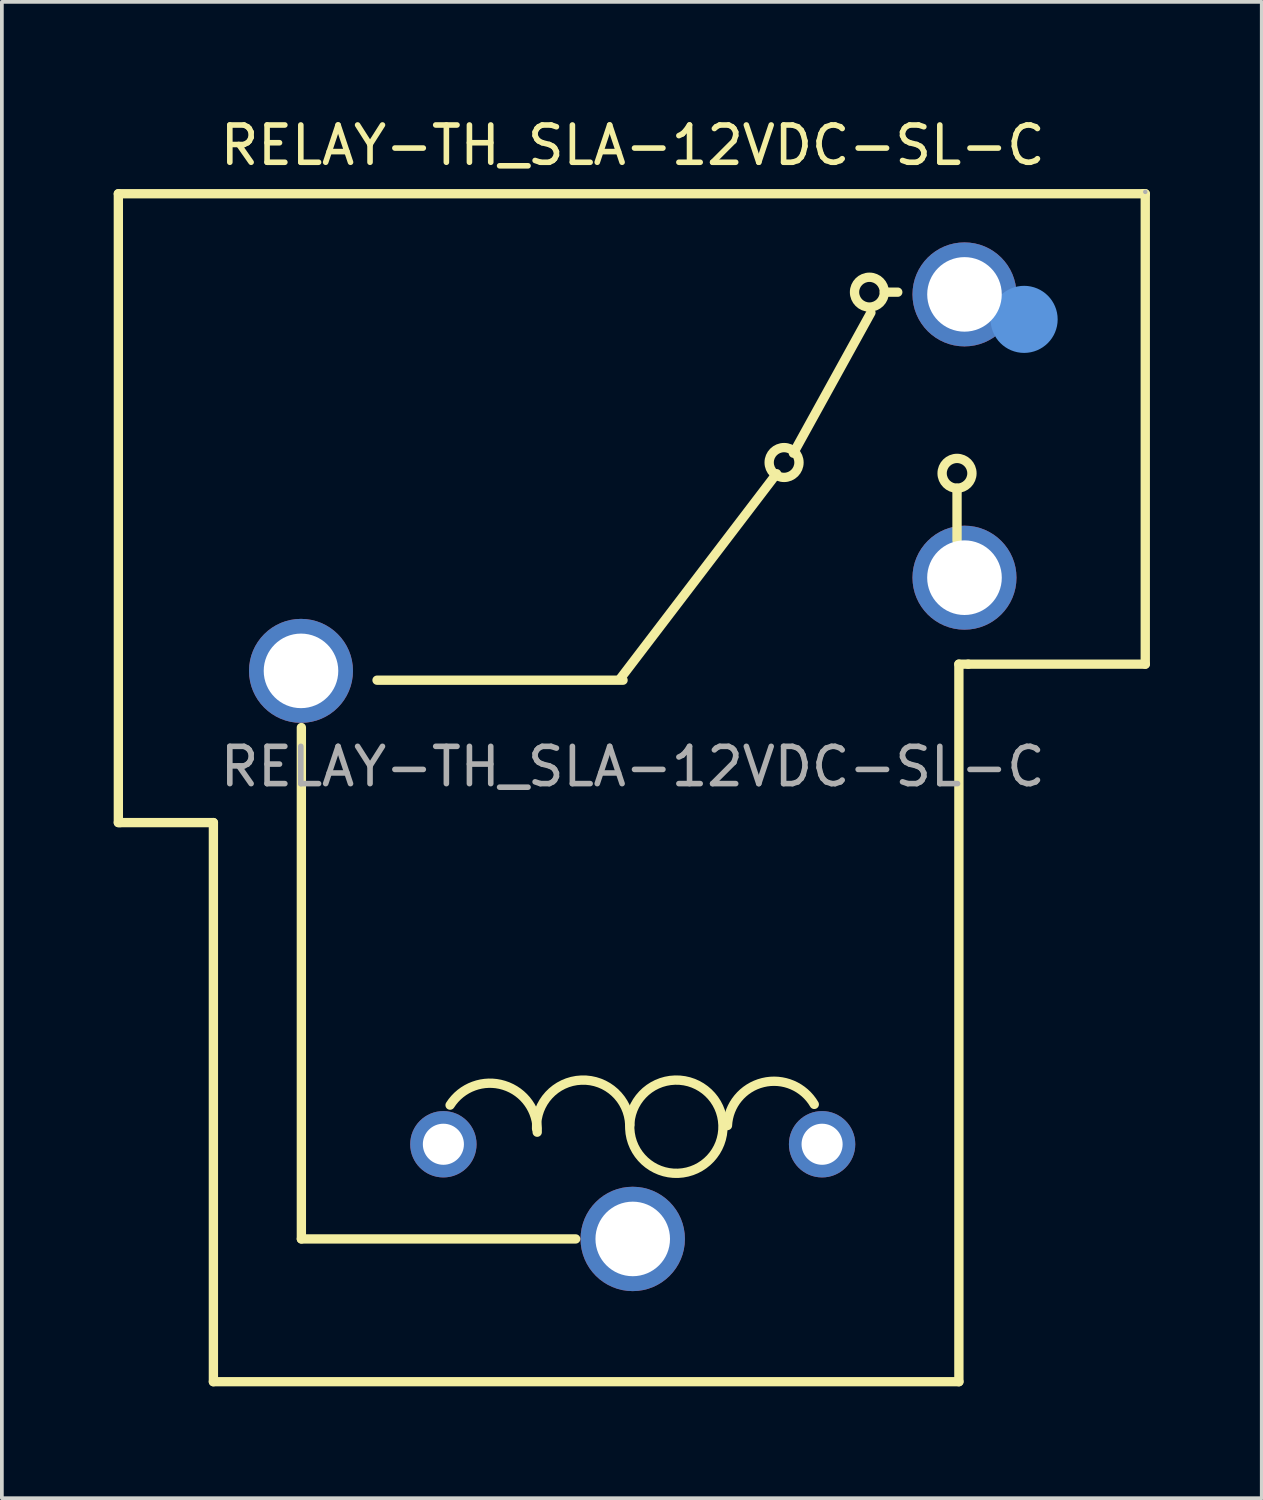
<source format=kicad_pcb>
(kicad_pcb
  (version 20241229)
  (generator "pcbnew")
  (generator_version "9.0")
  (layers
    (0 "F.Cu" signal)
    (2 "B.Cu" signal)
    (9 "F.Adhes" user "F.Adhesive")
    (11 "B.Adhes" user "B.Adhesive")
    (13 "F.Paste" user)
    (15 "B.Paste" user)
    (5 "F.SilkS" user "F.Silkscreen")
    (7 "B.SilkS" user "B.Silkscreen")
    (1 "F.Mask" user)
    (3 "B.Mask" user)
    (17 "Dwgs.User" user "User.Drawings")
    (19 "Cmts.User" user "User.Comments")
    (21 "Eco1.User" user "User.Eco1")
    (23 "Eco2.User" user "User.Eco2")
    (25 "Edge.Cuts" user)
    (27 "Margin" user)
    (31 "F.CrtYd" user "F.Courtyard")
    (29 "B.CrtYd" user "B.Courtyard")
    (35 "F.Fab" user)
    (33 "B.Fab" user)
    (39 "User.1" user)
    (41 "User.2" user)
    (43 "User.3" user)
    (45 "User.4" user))
  (footprint "RELAY-TH_SLA-12VDC-SL-C"
    (layer "F.Cu")
    (at 13.925 17.518)
    (property "Reference" "RELAY-TH_SLA-12VDC-SL-C" (at 0 -16.67 0) (layer "F.SilkS") (effects (font (size 1 1) (thickness 0.15))))
    (attr through_hole)
    (fp_line (start -13.8 1.5) (end -13.8 -15.37) (stroke (width 0.25) (type solid)) (layer "F.SilkS"))
    (fp_line (start -13.75 1.5) (end -13.8 1.5) (stroke (width 0.25) (type solid)) (layer "F.SilkS"))
    (fp_line (start -11.25 1.5) (end -13.75 1.5) (stroke (width 0.25) (type solid)) (layer "F.SilkS"))
    (fp_line (start -11.25 16.5) (end -11.25 1.5) (stroke (width 0.25) (type solid)) (layer "F.SilkS"))
    (fp_line (start -8.89 -1.05) (end -8.89 12.67) (stroke (width 0.25) (type solid)) (layer "F.SilkS"))
    (fp_line (start -8.89 12.67) (end -1.53 12.67) (stroke (width 0.25) (type solid)) (layer "F.SilkS"))
    (fp_line (start -6.86 -2.32) (end -0.26 -2.32) (stroke (width 0.25) (type solid)) (layer "F.SilkS"))
    (fp_line (start -0.32 -2.38) (end 3.86 -7.86) (stroke (width 0.25) (type solid)) (layer "F.SilkS"))
    (fp_line (start 4.31 -8.41) (end 6.39 -12.18) (stroke (width 0.25) (type solid)) (layer "F.SilkS"))
    (fp_line (start 7.11 -12.73) (end 6.75 -12.73) (stroke (width 0.25) (type solid)) (layer "F.SilkS"))
    (fp_line (start 8.7 -6.07) (end 8.7 -7.47) (stroke (width 0.25) (type solid)) (layer "F.SilkS"))
    (fp_line (start 8.75 -2.75) (end 8.75 16.5) (stroke (width 0.25) (type solid)) (layer "F.SilkS"))
    (fp_line (start 8.75 16.5) (end -11.25 16.5) (stroke (width 0.25) (type solid)) (layer "F.SilkS"))
    (fp_line (start 9 -2.75) (end 8.75 -2.75) (stroke (width 0.25) (type solid)) (layer "F.SilkS"))
    (fp_line (start 13.7 -15.37) (end -13.8 -15.37) (stroke (width 0.25) (type solid)) (layer "F.SilkS"))
    (fp_line (start 13.7 -15.37) (end 13.75 -15.37) (stroke (width 0.25) (type solid)) (layer "F.SilkS"))
    (fp_line (start 13.75 -15.37) (end 13.75 -2.75) (stroke (width 0.25) (type solid)) (layer "F.SilkS"))
    (fp_line (start 13.75 -2.75) (end 9 -2.75) (stroke (width 0.25) (type solid)) (layer "F.SilkS"))
    (fp_arc (start -4.9 9.08) (mid -3.453803 8.549308) (end -2.563047 9.806159) (stroke (width 0.25) (type solid)) (layer "F.SilkS"))
    (fp_arc (start -2.58 9.71) (mid -1.38 8.41) (end -0.08 9.61) (stroke (width 0.25) (type solid)) (layer "F.SilkS"))
    (fp_arc (start -0.080682 9.688177) (mid 2.420388 9.62091) (end -0.08 9.71) (stroke (width 0.25) (type solid)) (layer "F.SilkS"))
    (fp_arc (start 2.54123 9.627755) (mid 3.493846 8.47526) (end 4.87 9.06) (stroke (width 0.25) (type solid)) (layer "F.SilkS"))
    (fp_circle (center 4.06 -8.16) (end 4.46 -8.16) (stroke (width 0.25) (type solid)) (fill no) (layer "F.SilkS"))
    (fp_circle (center 6.35 -12.73) (end 6.75 -12.73) (stroke (width 0.25) (type solid)) (fill no) (layer "F.SilkS"))
    (fp_circle (center 8.7 -7.87) (end 9.1 -7.87) (stroke (width 0.25) (type solid)) (fill no) (layer "F.SilkS"))
    (fp_circle (center 10.5 -12) (end 10.95 -12) (stroke (width 0.9) (type solid)) (fill no) (layer "Cmts.User"))
    (fp_circle (center -8.9 -2.57) (end -8.45 -2.57) (stroke (width 0.9) (type solid)) (fill no) (layer "F.Fab"))
    (fp_circle (center -5.08 10.13) (end -4.85 10.13) (stroke (width 0.45) (type solid)) (fill no) (layer "F.Fab"))
    (fp_circle (center 0 12.67) (end 0.45 12.67) (stroke (width 0.9) (type solid)) (fill no) (layer "F.Fab"))
    (fp_circle (center 5.08 10.13) (end 5.31 10.13) (stroke (width 0.45) (type solid)) (fill no) (layer "F.Fab"))
    (fp_circle (center 8.9 -12.67) (end 9.35 -12.67) (stroke (width 0.9) (type solid)) (fill no) (layer "F.Fab"))
    (fp_circle (center 8.9 -5.07) (end 9.35 -5.07) (stroke (width 0.9) (type solid)) (fill no) (layer "F.Fab"))
    (fp_circle (center 13.75 -15.42) (end 13.78 -15.42) (stroke (width 0.06) (type solid)) (fill no) (layer "F.Fab"))
    (fp_text user "${REFERENCE}" (at 0 0 0) (layer "F.Fab") (effects (font (size 1 1) (thickness 0.15))))
    (pad "1" thru_hole circle (at 8.9 -12.67) (size 2.79 2.79) (drill 2) (layers "*.Cu" "*.Mask"))
    (pad "2" thru_hole circle (at 8.9 -5.07) (size 2.79 2.79) (drill 2.002) (layers "*.Cu" "*.Mask"))
    (pad "3" thru_hole circle (at 5.08 10.13) (size 1.78 1.78) (drill 1.102) (layers "*.Cu" "*.Mask"))
    (pad "4" thru_hole circle (at -5.08 10.13) (size 1.78 1.78) (drill 1.102) (layers "*.Cu" "*.Mask"))
    (pad "5" thru_hole circle (at -8.9 -2.57) (size 2.79 2.79) (drill 2) (layers "*.Cu" "*.Mask"))
    (pad "6" thru_hole circle (at 0 12.67) (size 2.8 2.8) (drill 2) (layers "*.Cu" "*.Mask")))
  (gr_rect
    (start -3 -3)
    (end 30.8 37.143)
    (stroke (width 0.1) (type default))
    (fill no)
    (layer "Edge.Cuts")))
</source>
